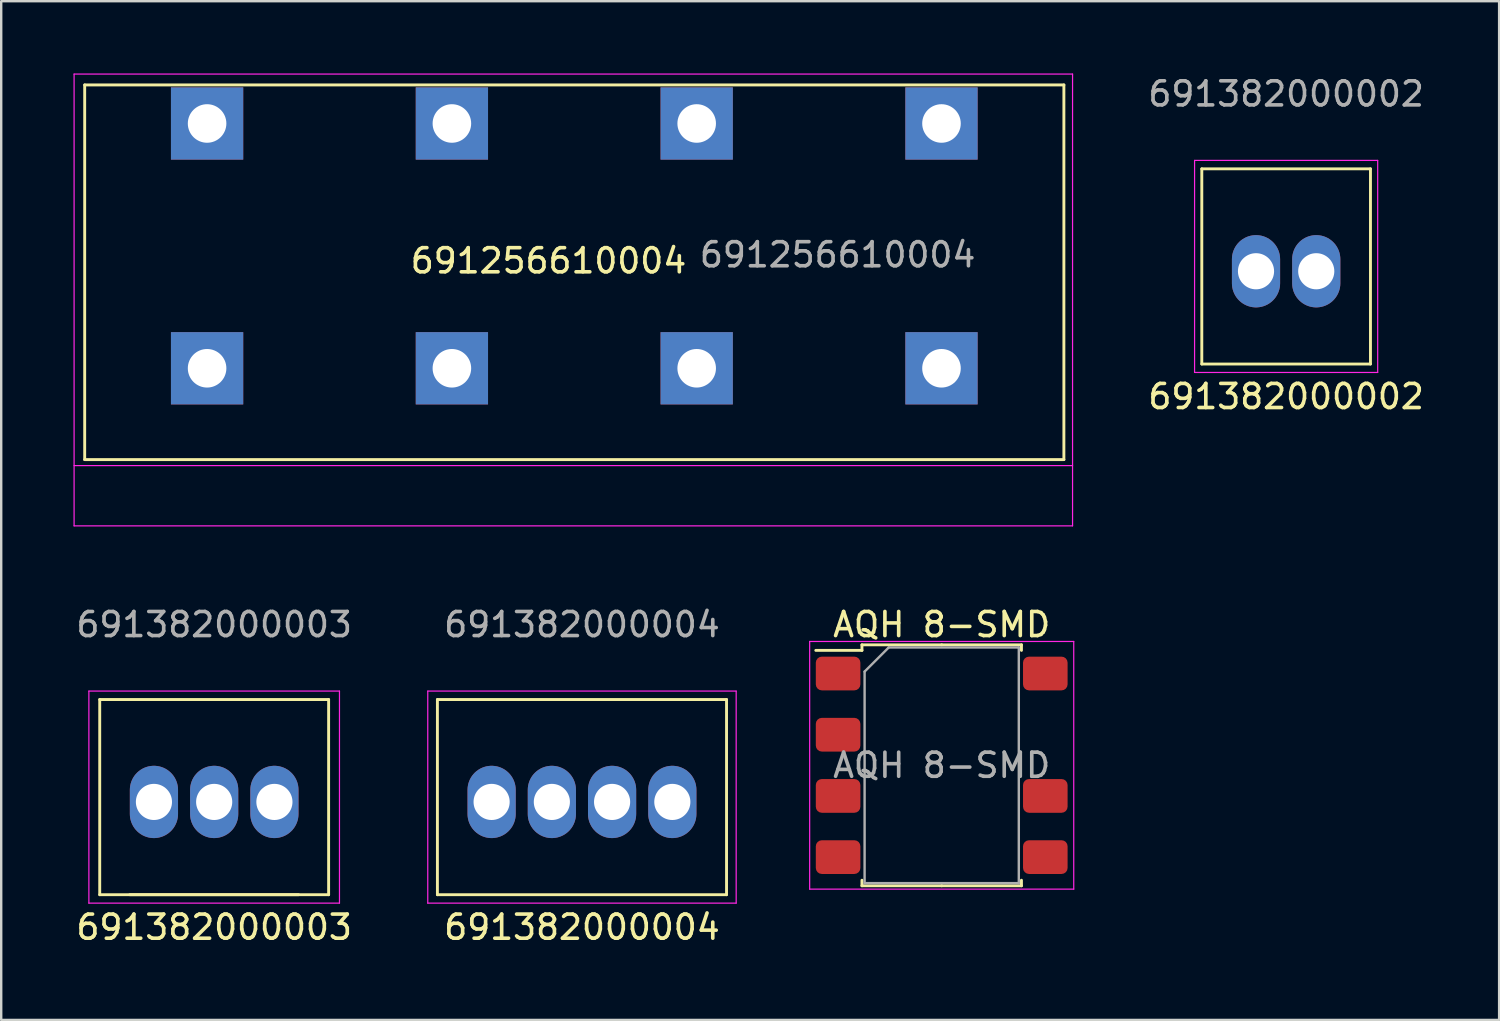
<source format=kicad_pcb>
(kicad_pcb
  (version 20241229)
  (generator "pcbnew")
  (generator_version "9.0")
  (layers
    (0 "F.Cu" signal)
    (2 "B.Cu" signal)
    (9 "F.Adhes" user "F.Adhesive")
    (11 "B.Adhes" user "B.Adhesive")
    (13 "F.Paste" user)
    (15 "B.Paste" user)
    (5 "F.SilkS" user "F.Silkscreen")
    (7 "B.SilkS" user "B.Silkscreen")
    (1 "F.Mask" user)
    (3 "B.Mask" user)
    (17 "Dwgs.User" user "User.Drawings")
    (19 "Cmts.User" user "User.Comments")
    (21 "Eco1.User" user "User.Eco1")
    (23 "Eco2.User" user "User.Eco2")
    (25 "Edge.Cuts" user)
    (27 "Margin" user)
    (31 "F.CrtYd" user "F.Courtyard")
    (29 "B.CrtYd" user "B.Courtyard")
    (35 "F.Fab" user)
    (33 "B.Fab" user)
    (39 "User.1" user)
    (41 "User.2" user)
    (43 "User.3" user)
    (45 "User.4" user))
  (footprint "AQH 8-SMD"
    (layer "F.Cu")
    (at 36.034 28.713)
    (property "Reference" "AQH 8-SMD" (at 0 -5.84 0) (layer "F.SilkS") (effects (font (size 1 1) (thickness 0.15))))
    (attr smd)
    (fp_line (start -3.31 -5) (end -3.31 -4.77) (stroke (width 0.12) (type solid)) (layer "F.SilkS"))
    (fp_line (start -3.31 -4.77) (end -5.225 -4.77) (stroke (width 0.12) (type solid)) (layer "F.SilkS"))
    (fp_line (start -3.31 5) (end -3.31 4.77) (stroke (width 0.12) (type solid)) (layer "F.SilkS"))
    (fp_line (start 0 -5) (end -3.31 -5) (stroke (width 0.12) (type solid)) (layer "F.SilkS"))
    (fp_line (start 0 -5) (end 3.31 -5) (stroke (width 0.12) (type solid)) (layer "F.SilkS"))
    (fp_line (start 0 5) (end -3.31 5) (stroke (width 0.12) (type solid)) (layer "F.SilkS"))
    (fp_line (start 0 5) (end 3.31 5) (stroke (width 0.12) (type solid)) (layer "F.SilkS"))
    (fp_line (start 3.31 -5) (end 3.31 -4.77) (stroke (width 0.12) (type solid)) (layer "F.SilkS"))
    (fp_line (start 3.31 5) (end 3.31 4.77) (stroke (width 0.12) (type solid)) (layer "F.SilkS"))
    (fp_line (start -5.48 -5.14) (end -5.48 5.14) (stroke (width 0.05) (type solid)) (layer "F.CrtYd"))
    (fp_line (start -5.48 5.14) (end 5.48 5.14) (stroke (width 0.05) (type solid)) (layer "F.CrtYd"))
    (fp_line (start 5.48 -5.14) (end -5.48 -5.14) (stroke (width 0.05) (type solid)) (layer "F.CrtYd"))
    (fp_line (start 5.48 5.14) (end 5.48 -5.14) (stroke (width 0.05) (type solid)) (layer "F.CrtYd"))
    (fp_line (start -3.2 -3.89) (end -2.2 -4.89) (stroke (width 0.1) (type solid)) (layer "F.Fab"))
    (fp_line (start -3.2 4.89) (end -3.2 -3.89) (stroke (width 0.1) (type solid)) (layer "F.Fab"))
    (fp_line (start -2.2 -4.89) (end 3.2 -4.89) (stroke (width 0.1) (type solid)) (layer "F.Fab"))
    (fp_line (start 3.2 -4.89) (end 3.2 4.89) (stroke (width 0.1) (type solid)) (layer "F.Fab"))
    (fp_line (start 3.2 4.89) (end -3.2 4.89) (stroke (width 0.1) (type solid)) (layer "F.Fab"))
    (fp_text user "${REFERENCE}" (at 0 0 0) (layer "F.Fab") (effects (font (size 1 1) (thickness 0.15))))
    (pad "1" smd roundrect (at -4.3 -3.81) (size 1.85 1.4) (layers "F.Cu" "F.Mask" "F.Paste") (roundrect_rratio 0.179))
    (pad "2" smd roundrect (at -4.3 -1.27) (size 1.85 1.4) (layers "F.Cu" "F.Mask" "F.Paste") (roundrect_rratio 0.179))
    (pad "3" smd roundrect (at -4.3 1.27) (size 1.85 1.4) (layers "F.Cu" "F.Mask" "F.Paste") (roundrect_rratio 0.179))
    (pad "4" smd roundrect (at -4.3 3.81) (size 1.85 1.4) (layers "F.Cu" "F.Mask" "F.Paste") (roundrect_rratio 0.179))
    (pad "5" smd roundrect (at 4.3 3.81) (size 1.85 1.4) (layers "F.Cu" "F.Mask" "F.Paste") (roundrect_rratio 0.179))
    (pad "6" smd roundrect (at 4.3 1.27) (size 1.85 1.4) (layers "F.Cu" "F.Mask" "F.Paste") (roundrect_rratio 0.179))
    (pad "8" smd roundrect (at 4.3 -3.81) (size 1.85 1.4) (layers "F.Cu" "F.Mask" "F.Paste") (roundrect_rratio 0.179)))
  (footprint "691382000003"
    (layer "F.Cu")
    (at 5.839 30.033)
    (property "Reference" "691382000003" (at 0 5.4 0) (layer "F.SilkS") (effects (font (size 1 1) (thickness 0.15))))
    (attr through_hole)
    (fp_line (start -4.75 -4.05) (end 4.75 -4.05) (stroke (width 0.12) (type solid)) (layer "F.SilkS"))
    (fp_line (start -4.75 4.05) (end -4.75 -4.05) (stroke (width 0.12) (type solid)) (layer "F.SilkS"))
    (fp_line (start -4.75 4.05) (end 4.75 4.05) (stroke (width 0.12) (type solid)) (layer "F.SilkS"))
    (fp_line (start -3.5 4.05) (end 3.5 4.05) (stroke (width 0.12) (type solid)) (layer "F.SilkS"))
    (fp_line (start 4.75 4.05) (end 4.75 -4.05) (stroke (width 0.12) (type solid)) (layer "F.SilkS"))
    (fp_line (start -5.2 -4.4) (end 5.2 -4.4) (stroke (width 0.05) (type solid)) (layer "F.CrtYd"))
    (fp_line (start -5.2 4.4) (end -5.2 -4.4) (stroke (width 0.05) (type solid)) (layer "F.CrtYd"))
    (fp_line (start -5.2 4.4) (end 5.2 4.4) (stroke (width 0.05) (type solid)) (layer "F.CrtYd"))
    (fp_line (start 5.2 4.4) (end 5.2 -4.4) (stroke (width 0.05) (type solid)) (layer "F.CrtYd"))
    (fp_text user "${REFERENCE}" (at 0 -7.16 0) (layer "F.Fab") (effects (font (size 1 1) (thickness 0.15))))
    (pad "1" thru_hole oval (at -2.5 0.2) (size 2 3) (drill 1.5) (layers "*.Cu" "*.Mask"))
    (pad "2" thru_hole oval (at 0 0.2) (size 2 3) (drill 1.5) (layers "*.Cu" "*.Mask"))
    (pad "3" thru_hole oval (at 2.5 0.2) (size 2 3) (drill 1.5) (layers "*.Cu" "*.Mask")))
  (footprint "691382000004"
    (layer "F.Cu")
    (at 21.104 30.033)
    (property "Reference" "691382000004" (at 0 5.4 0) (layer "F.SilkS") (effects (font (size 1 1) (thickness 0.15))))
    (attr through_hole)
    (fp_line (start -6 -4.05) (end 6 -4.05) (stroke (width 0.12) (type solid)) (layer "F.SilkS"))
    (fp_line (start -6 4.05) (end -6 -4.05) (stroke (width 0.12) (type solid)) (layer "F.SilkS"))
    (fp_line (start -6 4.05) (end 6 4.05) (stroke (width 0.12) (type solid)) (layer "F.SilkS"))
    (fp_line (start 6 4.05) (end 6 -4.05) (stroke (width 0.12) (type solid)) (layer "F.SilkS"))
    (fp_line (start -6.4 -4.4) (end 6.4 -4.4) (stroke (width 0.05) (type solid)) (layer "F.CrtYd"))
    (fp_line (start -6.4 4.4) (end -6.4 -4.4) (stroke (width 0.05) (type solid)) (layer "F.CrtYd"))
    (fp_line (start -6.4 4.4) (end 6.4 4.4) (stroke (width 0.05) (type solid)) (layer "F.CrtYd"))
    (fp_line (start 6.4 4.4) (end 6.4 -4.4) (stroke (width 0.05) (type solid)) (layer "F.CrtYd"))
    (fp_text user "${REFERENCE}" (at 0 -7.16 0) (layer "F.Fab") (effects (font (size 1 1) (thickness 0.15))))
    (pad "1" thru_hole oval (at -3.75 0.2) (size 2 3) (drill 1.5) (layers "*.Cu" "*.Mask"))
    (pad "2" thru_hole oval (at -1.25 0.2) (size 2 3) (drill 1.5) (layers "*.Cu" "*.Mask"))
    (pad "3" thru_hole oval (at 1.25 0.2) (size 2 3) (drill 1.5) (layers "*.Cu" "*.Mask"))
    (pad "4" thru_hole oval (at 3.75 0.2) (size 2 3) (drill 1.5) (layers "*.Cu" "*.Mask")))
  (footprint "691382000002"
    (layer "F.Cu")
    (at 50.329 8.008)
    (property "Reference" "691382000002" (at 0 5.4 0) (layer "F.SilkS") (effects (font (size 1 1) (thickness 0.15))))
    (attr through_hole)
    (fp_line (start -3.5 -4.05) (end 3.5 -4.05) (stroke (width 0.12) (type solid)) (layer "F.SilkS"))
    (fp_line (start -3.5 4.05) (end -3.5 -4.05) (stroke (width 0.12) (type solid)) (layer "F.SilkS"))
    (fp_line (start -3.5 4.05) (end 3.5 4.05) (stroke (width 0.12) (type solid)) (layer "F.SilkS"))
    (fp_line (start 3.5 4.05) (end 3.5 -4.05) (stroke (width 0.12) (type solid)) (layer "F.SilkS"))
    (fp_line (start -3.8 -4.4) (end 3.8 -4.4) (stroke (width 0.05) (type solid)) (layer "F.CrtYd"))
    (fp_line (start -3.8 4.4) (end -3.8 -4.4) (stroke (width 0.05) (type solid)) (layer "F.CrtYd"))
    (fp_line (start -3.8 4.4) (end 3.8 4.4) (stroke (width 0.05) (type solid)) (layer "F.CrtYd"))
    (fp_line (start 3.8 4.4) (end 3.8 -4.4) (stroke (width 0.05) (type solid)) (layer "F.CrtYd"))
    (fp_text user "${REFERENCE}" (at 0 -7.16 0) (layer "F.Fab") (effects (font (size 1 1) (thickness 0.15))))
    (pad "1" thru_hole oval (at -1.25 0.2) (size 2 3) (drill 1.5) (layers "*.Cu" "*.Mask"))
    (pad "2" thru_hole oval (at 1.25 0.2) (size 2 3) (drill 1.5) (layers "*.Cu" "*.Mask")))
  (footprint "691256610004"
    (layer "F.Cu")
    (at 0.465 18.775)
    (property "Reference" "691256610004" (at 19.25 -11 0) (layer "F.SilkS") (effects (font (size 1 1) (thickness 0.15))))
    (attr through_hole)
    (fp_line (start 0 -18.3) (end 0 -2.75) (stroke (width 0.12) (type solid)) (layer "F.SilkS"))
    (fp_line (start 0 -18.3) (end 40.64 -18.3) (stroke (width 0.12) (type solid)) (layer "F.SilkS"))
    (fp_line (start 0 -2.75) (end 40.64 -2.75) (stroke (width 0.12) (type solid)) (layer "F.SilkS"))
    (fp_line (start 40.64 -18.3) (end 40.64 -2.75) (stroke (width 0.12) (type solid)) (layer "F.SilkS"))
    (fp_line (start -0.44 -18.75) (end 41 -18.75) (stroke (width 0.05) (type solid)) (layer "F.CrtYd"))
    (fp_line (start -0.44 -2.5) (end 41 -2.5) (stroke (width 0.05) (type solid)) (layer "F.CrtYd"))
    (fp_line (start -0.44 0) (end -0.44 -18.75) (stroke (width 0.05) (type solid)) (layer "F.CrtYd"))
    (fp_line (start -0.44 0) (end 41 0) (stroke (width 0.05) (type solid)) (layer "F.CrtYd"))
    (fp_line (start 41 0) (end 41 -18.75) (stroke (width 0.05) (type solid)) (layer "F.CrtYd"))
    (fp_text user "${REFERENCE}" (at 31.25 -11.25 0) (layer "F.Fab") (effects (font (size 1 1) (thickness 0.15))))
    (pad "1" thru_hole rect (at 5.08 -16.7) (size 3 3) (drill 1.6) (layers "*.Cu" "*.Mask"))
    (pad "1" thru_hole rect (at 5.08 -6.54) (size 3 3) (drill 1.6) (layers "*.Cu" "*.Mask"))
    (pad "2" thru_hole rect (at 15.24 -16.7) (size 3 3) (drill 1.6) (layers "*.Cu" "*.Mask"))
    (pad "2" thru_hole rect (at 15.24 -6.54) (size 3 3) (drill 1.6) (layers "*.Cu" "*.Mask"))
    (pad "3" thru_hole rect (at 25.4 -16.7) (size 3 3) (drill 1.6) (layers "*.Cu" "*.Mask"))
    (pad "3" thru_hole rect (at 25.4 -6.54) (size 3 3) (drill 1.6) (layers "*.Cu" "*.Mask"))
    (pad "4" thru_hole rect (at 35.56 -16.7) (size 3 3) (drill 1.6) (layers "*.Cu" "*.Mask"))
    (pad "4" thru_hole rect (at 35.56 -6.54) (size 3 3) (drill 1.6) (layers "*.Cu" "*.Mask")))
  (gr_rect
    (start -3 -3)
    (end 59.169 39.282)
    (stroke (width 0.1) (type default))
    (fill no)
    (layer "Edge.Cuts")))
</source>
